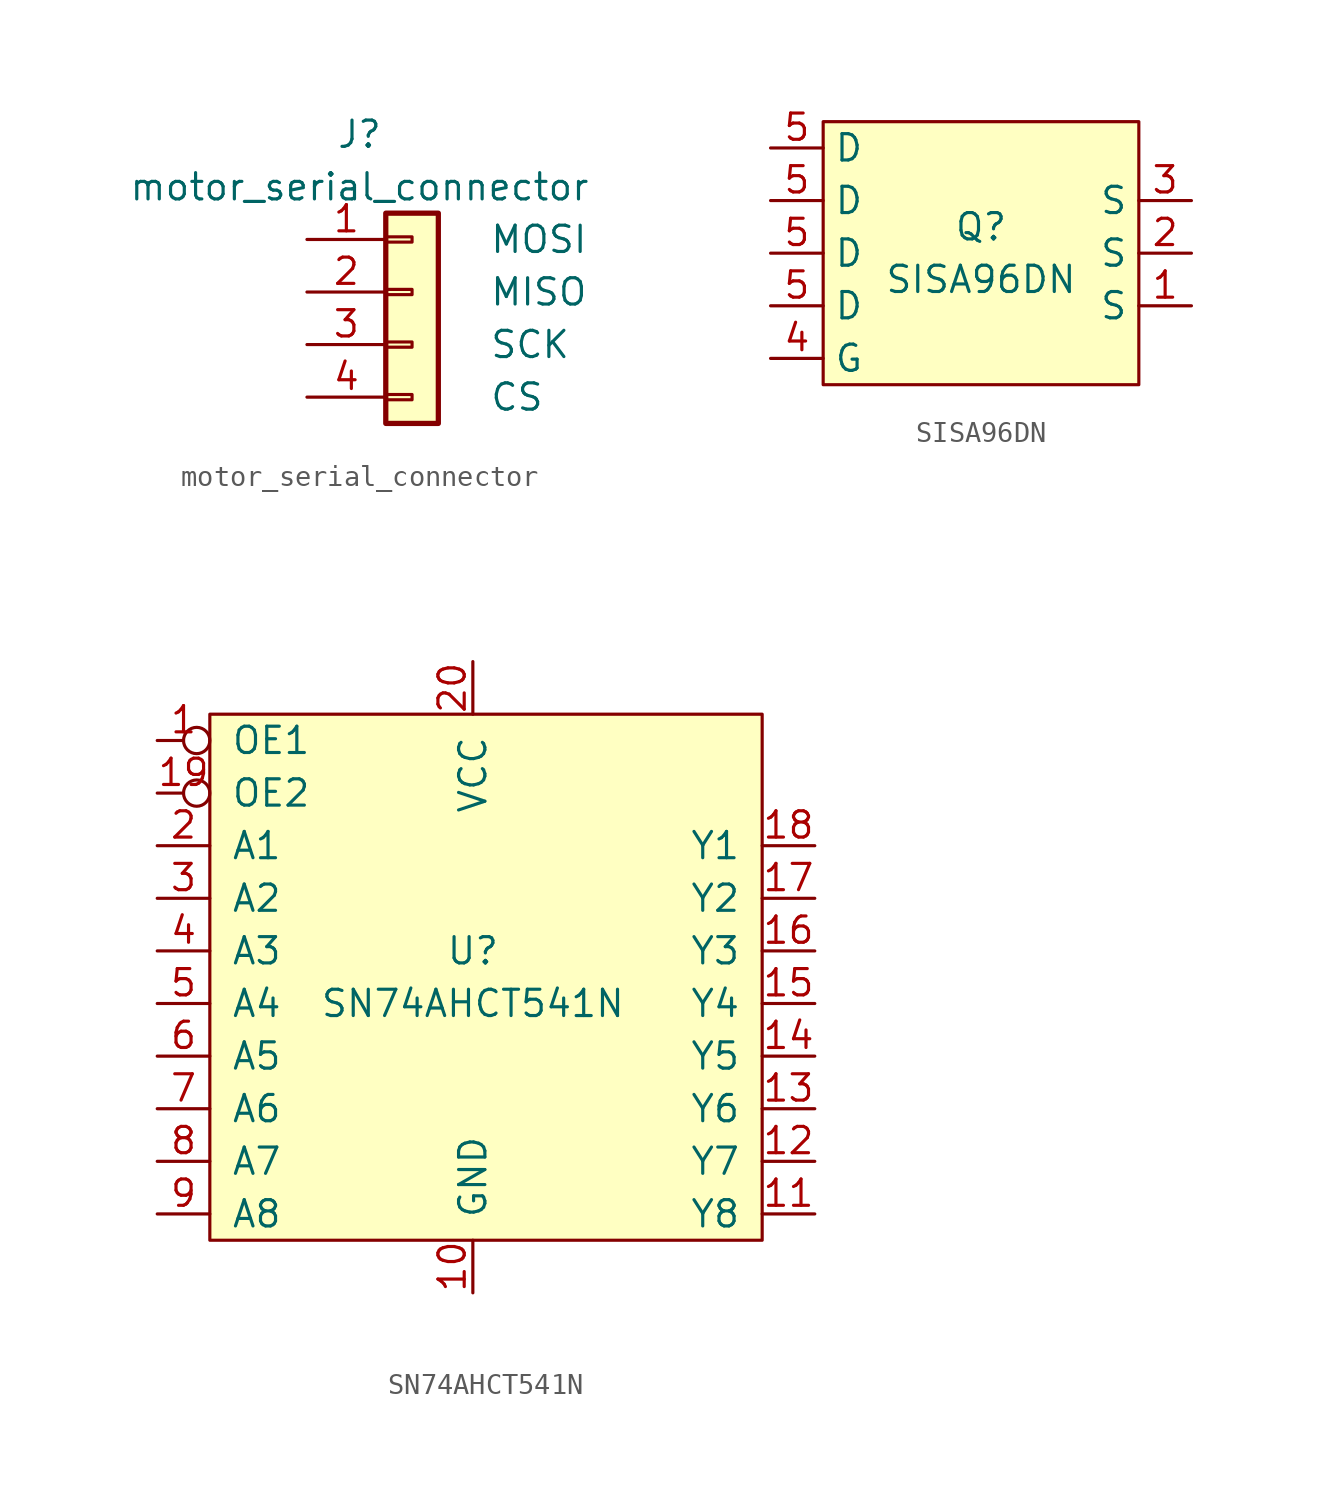
<source format=kicad_sym>
(kicad_symbol_lib
  (version 20201005)
  (generator kicad_symbol_editor)
  (symbol "spinnybot:motor_serial_connector"
    (pin_names
      (offset 5))
    (property "Reference" "J"
      (at 0 8.89 0)
      (effects (font (size 1.27 1.27))))
    (property "Value" "motor_serial_connector"
      (at 0 6.35 0)
      (effects (font (size 1.27 1.27))))
    (symbol "motor_serial_connector_1_1"
      (rectangle (start 1.27 -3.683) (end 2.54 -3.937) (stroke (width 0.152)) (fill (type none)))
      (rectangle (start 1.27 -1.143) (end 2.54 -1.397) (stroke (width 0.152)) (fill (type none)))
      (rectangle (start 1.27 1.397) (end 2.54 1.143) (stroke (width 0.152)) (fill (type none)))
      (rectangle (start 1.27 3.937) (end 2.54 3.683) (stroke (width 0.152)) (fill (type none)))
      (rectangle (start 1.27 5.08) (end 3.81 -5.08) (stroke (width 0.254)) (fill (type background)))
      (pin output line (at -2.54 3.81 0) (length 3.81) (name "MOSI" (effects (font (size 1.27 1.27)))) (number "1" (effects (font (size 1.27 1.27)))))
      (pin input line (at -2.54 1.27 0) (length 3.81) (name "MISO" (effects (font (size 1.27 1.27)))) (number "2" (effects (font (size 1.27 1.27)))))
      (pin output line (at -2.54 -1.27 0) (length 3.81) (name "SCK" (effects (font (size 1.27 1.27)))) (number "3" (effects (font (size 1.27 1.27)))))
      (pin output line (at -2.54 -3.81 0) (length 3.81) (name "CS" (effects (font (size 1.27 1.27)))) (number "4" (effects (font (size 1.27 1.27)))))))
  (symbol "spinnybot:SISA96DN"
    (property "Reference" "Q"
      (at 0 1.27 0)
      (effects (font (size 1.27 1.27))))
    (property "Value" "SISA96DN"
      (at 0 -1.27 0)
      (effects (font (size 1.27 1.27))))
    (symbol "SISA96DN_0_1"
      (rectangle (start -7.62 6.35) (end 7.62 -6.35) (stroke (width 0.152)) (fill (type background))))
    (symbol "SISA96DN_1_1"
      (pin output line (at 10.16 -2.54 180) (length 2.54) (name "S" (effects (font (size 1.27 1.27)))) (number "1" (effects (font (size 1.27 1.27)))))
      (pin output line (at 10.16 0 180) (length 2.54) (name "S" (effects (font (size 1.27 1.27)))) (number "2" (effects (font (size 1.27 1.27)))))
      (pin output line (at 10.16 2.54 180) (length 2.54) (name "S" (effects (font (size 1.27 1.27)))) (number "3" (effects (font (size 1.27 1.27)))))
      (pin input line (at -10.16 -5.08 0) (length 2.54) (name "G" (effects (font (size 1.27 1.27)))) (number "4" (effects (font (size 1.27 1.27)))))
      (pin input line (at -10.16 -2.54 0) (length 2.54) (name "D" (effects (font (size 1.27 1.27)))) (number "5" (effects (font (size 1.27 1.27)))))
      (pin input line (at -10.16 0 0) (length 2.54) (name "D" (effects (font (size 1.27 1.27)))) (number "5" (effects (font (size 1.27 1.27)))))
      (pin input line (at -10.16 2.54 0) (length 2.54) (name "D" (effects (font (size 1.27 1.27)))) (number "5" (effects (font (size 1.27 1.27)))))
      (pin input line (at -10.16 5.08 0) (length 2.54) (name "D" (effects (font (size 1.27 1.27)))) (number "5" (effects (font (size 1.27 1.27)))))))
  (symbol "spinnybot:SN74AHCT541N"
    (pin_names
      (offset 1.016))
    (property "Reference" "U"
      (at 0 -1.27 0)
      (effects (font (size 1.27 1.27))))
    (property "Value" "SN74AHCT541N"
      (at 0 -3.81 0)
      (effects (font (size 1.27 1.27))))
    (symbol "SN74AHCT541N_0_1"
      (rectangle (start -12.7 10.16) (end 13.97 -15.24) (stroke (width 0)) (fill (type background))))
    (symbol "SN74AHCT541N_1_1"
      (pin input inverted (at -15.24 8.89 0) (length 2.54) (name "OE1" (effects (font (size 1.27 1.27)))) (number "1" (effects (font (size 1.27 1.27)))))
      (pin power_in line (at 0 -17.78 90) (length 2.54) (name "GND" (effects (font (size 1.27 1.27)))) (number "10" (effects (font (size 1.27 1.27)))))
      (pin input line (at 16.51 -13.97 180) (length 2.54) (name "Y8" (effects (font (size 1.27 1.27)))) (number "11" (effects (font (size 1.27 1.27)))))
      (pin input line (at 16.51 -11.43 180) (length 2.54) (name "Y7" (effects (font (size 1.27 1.27)))) (number "12" (effects (font (size 1.27 1.27)))))
      (pin input line (at 16.51 -8.89 180) (length 2.54) (name "Y6" (effects (font (size 1.27 1.27)))) (number "13" (effects (font (size 1.27 1.27)))))
      (pin input line (at 16.51 -6.35 180) (length 2.54) (name "Y5" (effects (font (size 1.27 1.27)))) (number "14" (effects (font (size 1.27 1.27)))))
      (pin input line (at 16.51 -3.81 180) (length 2.54) (name "Y4" (effects (font (size 1.27 1.27)))) (number "15" (effects (font (size 1.27 1.27)))))
      (pin input line (at 16.51 -1.27 180) (length 2.54) (name "Y3" (effects (font (size 1.27 1.27)))) (number "16" (effects (font (size 1.27 1.27)))))
      (pin input line (at 16.51 1.27 180) (length 2.54) (name "Y2" (effects (font (size 1.27 1.27)))) (number "17" (effects (font (size 1.27 1.27)))))
      (pin input line (at 16.51 3.81 180) (length 2.54) (name "Y1" (effects (font (size 1.27 1.27)))) (number "18" (effects (font (size 1.27 1.27)))))
      (pin input inverted (at -15.24 6.35 0) (length 2.54) (name "OE2" (effects (font (size 1.27 1.27)))) (number "19" (effects (font (size 1.27 1.27)))))
      (pin input line (at -15.24 3.81 0) (length 2.54) (name "A1" (effects (font (size 1.27 1.27)))) (number "2" (effects (font (size 1.27 1.27)))))
      (pin power_in line (at 0 12.7 270) (length 2.54) (name "VCC" (effects (font (size 1.27 1.27)))) (number "20" (effects (font (size 1.27 1.27)))))
      (pin input line (at -15.24 1.27 0) (length 2.54) (name "A2" (effects (font (size 1.27 1.27)))) (number "3" (effects (font (size 1.27 1.27)))))
      (pin input line (at -15.24 -1.27 0) (length 2.54) (name "A3" (effects (font (size 1.27 1.27)))) (number "4" (effects (font (size 1.27 1.27)))))
      (pin input line (at -15.24 -3.81 0) (length 2.54) (name "A4" (effects (font (size 1.27 1.27)))) (number "5" (effects (font (size 1.27 1.27)))))
      (pin input line (at -15.24 -6.35 0) (length 2.54) (name "A5" (effects (font (size 1.27 1.27)))) (number "6" (effects (font (size 1.27 1.27)))))
      (pin input line (at -15.24 -8.89 0) (length 2.54) (name "A6" (effects (font (size 1.27 1.27)))) (number "7" (effects (font (size 1.27 1.27)))))
      (pin input line (at -15.24 -11.43 0) (length 2.54) (name "A7" (effects (font (size 1.27 1.27)))) (number "8" (effects (font (size 1.27 1.27)))))
      (pin input line (at -15.24 -13.97 0) (length 2.54) (name "A8" (effects (font (size 1.27 1.27)))) (number "9" (effects (font (size 1.27 1.27))))))))
</source>
